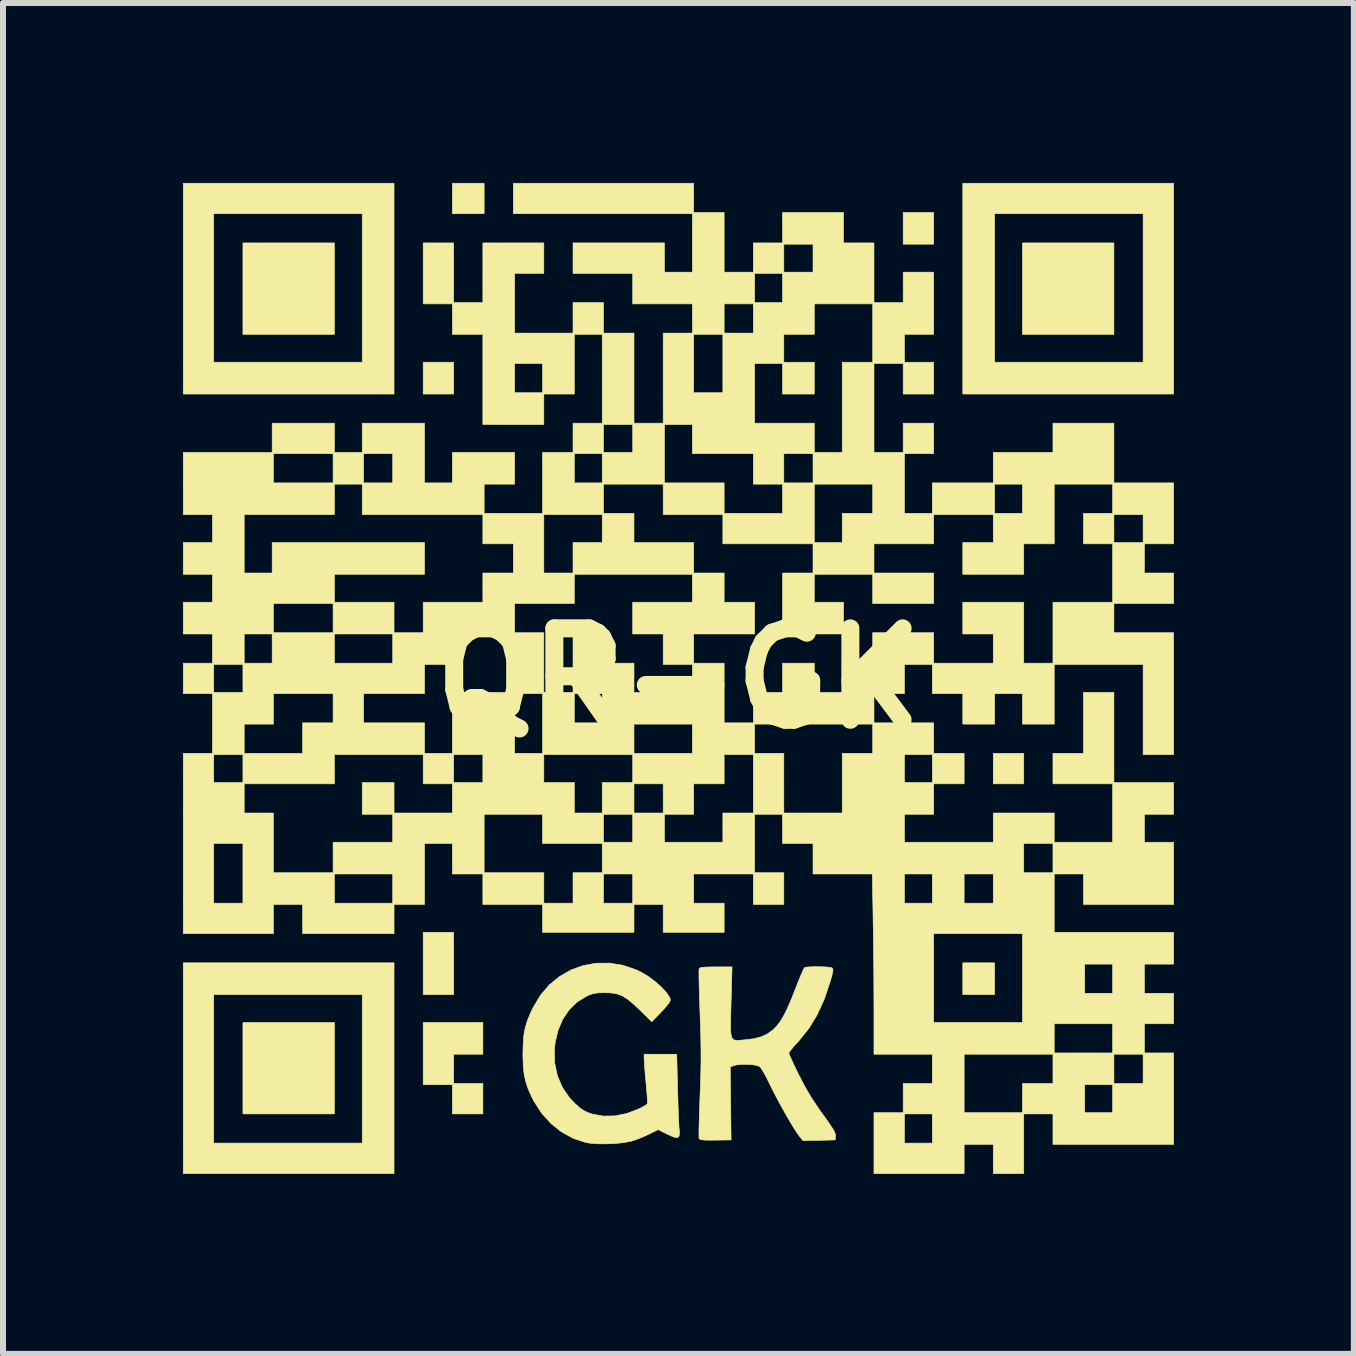
<source format=kicad_pcb>
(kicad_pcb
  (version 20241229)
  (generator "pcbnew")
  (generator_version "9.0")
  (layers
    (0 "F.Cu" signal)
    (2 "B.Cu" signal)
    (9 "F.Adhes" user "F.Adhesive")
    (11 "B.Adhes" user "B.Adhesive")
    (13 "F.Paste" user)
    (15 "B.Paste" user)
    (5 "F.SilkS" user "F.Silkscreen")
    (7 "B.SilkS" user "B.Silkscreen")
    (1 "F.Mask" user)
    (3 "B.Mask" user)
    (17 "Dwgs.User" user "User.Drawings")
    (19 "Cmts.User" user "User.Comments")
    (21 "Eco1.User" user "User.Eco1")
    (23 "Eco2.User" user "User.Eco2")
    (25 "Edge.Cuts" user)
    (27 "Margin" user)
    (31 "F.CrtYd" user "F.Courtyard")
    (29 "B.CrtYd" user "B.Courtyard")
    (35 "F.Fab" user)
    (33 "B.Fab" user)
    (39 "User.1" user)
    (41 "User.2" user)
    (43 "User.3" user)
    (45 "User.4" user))
  (footprint "QR-GK"
    (layer "F.Cu")
    (at 8.26 8.26)
    (property "Reference" "QR-GK" (at 0 0 0) (layer "F.SilkS") (effects (font (size 1.524 1.524) (thickness 0.3))))
    (attr through_hole)
    (fp_poly (pts (xy -5.736 -5.736) (xy -7.26 -5.736) (xy -7.26 -7.26) (xy -5.736 -7.26) (xy -5.736 -5.736)) (stroke (width 0.01) (type solid)) (fill yes) (layer "F.SilkS"))
    (fp_poly (pts (xy -5.736 7.26) (xy -7.26 7.26) (xy -7.26 5.736) (xy -5.736 5.736) (xy -5.736 7.26)) (stroke (width 0.01) (type solid)) (fill yes) (layer "F.SilkS"))
    (fp_poly (pts (xy -3.747 -4.741) (xy -4.255 -4.741) (xy -4.255 -5.271) (xy -3.747 -5.271) (xy -3.747 -4.741)) (stroke (width 0.01) (type solid)) (fill yes) (layer "F.SilkS"))
    (fp_poly (pts (xy -3.747 5.271) (xy -4.255 5.271) (xy -4.255 4.233) (xy -3.747 4.233) (xy -3.747 5.271)) (stroke (width 0.01) (type solid)) (fill yes) (layer "F.SilkS"))
    (fp_poly (pts (xy -3.239 -7.747) (xy -3.768 -7.747) (xy -3.768 -8.255) (xy -3.239 -8.255) (xy -3.239 -7.747)) (stroke (width 0.01) (type solid)) (fill yes) (layer "F.SilkS"))
    (fp_poly (pts (xy 4.255 -7.239) (xy 3.747 -7.239) (xy 3.747 -7.768) (xy 4.255 -7.768) (xy 4.255 -7.239)) (stroke (width 0.01) (type solid)) (fill yes) (layer "F.SilkS"))
    (fp_poly (pts (xy 5.271 5.271) (xy 4.741 5.271) (xy 4.741 4.741) (xy 5.271 4.741) (xy 5.271 5.271)) (stroke (width 0.01) (type solid)) (fill yes) (layer "F.SilkS"))
    (fp_poly (pts (xy 5.757 1.757) (xy 5.249 1.757) (xy 5.249 1.249) (xy 5.757 1.249) (xy 5.757 1.757)) (stroke (width 0.01) (type solid)) (fill yes) (layer "F.SilkS"))
    (fp_poly (pts (xy 7.26 -5.736) (xy 5.736 -5.736) (xy 5.736 -7.26) (xy 7.26 -7.26) (xy 7.26 -5.736)) (stroke (width 0.01) (type solid)) (fill yes) (layer "F.SilkS"))
    (fp_poly (pts (xy -3.26 6.265) (xy -3.747 6.265) (xy -3.747 6.752) (xy -3.26 6.752) (xy -3.26 7.26) (xy -3.768 7.26) (xy -3.768 6.773) (xy -4.255 6.773) (xy -4.255 5.736) (xy -3.26 5.736) (xy -3.26 6.265)) (stroke (width 0.01) (type solid)) (fill yes) (layer "F.SilkS"))
    (fp_poly (pts (xy -4.741 -4.741) (xy -8.255 -4.741) (xy -8.255 -7.747) (xy -7.747 -7.747) (xy -7.747 -5.271) (xy -5.271 -5.271) (xy -5.271 -7.747) (xy -7.747 -7.747) (xy -8.255 -7.747) (xy -8.255 -8.255) (xy -4.741 -8.255) (xy -4.741 -4.741)) (stroke (width 0.01) (type solid)) (fill yes) (layer "F.SilkS"))
    (fp_poly (pts (xy -4.741 8.255) (xy -8.255 8.255) (xy -8.255 5.271) (xy -7.747 5.271) (xy -7.747 7.747) (xy -5.271 7.747) (xy -5.271 5.271) (xy -7.747 5.271) (xy -8.255 5.271) (xy -8.255 4.741) (xy -4.741 4.741) (xy -4.741 8.255)) (stroke (width 0.01) (type solid)) (fill yes) (layer "F.SilkS"))
    (fp_poly (pts (xy 8.255 -4.741) (xy 4.741 -4.741) (xy 4.741 -7.747) (xy 5.271 -7.747) (xy 5.271 -5.271) (xy 7.747 -5.271) (xy 7.747 -7.747) (xy 5.271 -7.747) (xy 4.741 -7.747) (xy 4.741 -8.255) (xy 8.255 -8.255) (xy 8.255 -4.741)) (stroke (width 0.01) (type solid)) (fill yes) (layer "F.SilkS"))
    (fp_poly (pts (xy -0.926 4.782) (xy -0.704 4.858) (xy -0.609 4.904) (xy -0.497 4.972) (xy -0.384 5.057) (xy -0.281 5.149) (xy -0.2 5.238) (xy -0.168 5.283) (xy -0.14 5.332) (xy -0.135 5.364) (xy -0.15 5.398) (xy -0.16 5.413) (xy -0.192 5.454) (xy -0.244 5.515) (xy -0.306 5.581) (xy -0.32 5.596) (xy -0.444 5.723) (xy -0.642 5.529) (xy -0.755 5.423) (xy -0.849 5.346) (xy -0.934 5.293) (xy -1.018 5.261) (xy -1.111 5.244) (xy -1.22 5.239) (xy -1.228 5.239) (xy -1.328 5.241) (xy -1.403 5.251) (xy -1.469 5.27) (xy -1.527 5.295) (xy -1.684 5.391) (xy -1.818 5.52) (xy -1.926 5.678) (xy -2.005 5.861) (xy -2.054 6.064) (xy -2.068 6.191) (xy -2.062 6.416) (xy -2.017 6.627) (xy -1.934 6.82) (xy -1.814 6.994) (xy -1.722 7.09) (xy -1.643 7.16) (xy -1.576 7.206) (xy -1.504 7.24) (xy -1.436 7.263) (xy -1.255 7.296) (xy -1.06 7.293) (xy -0.86 7.253) (xy -0.66 7.177) (xy -0.62 7.157) (xy -0.564 7.126) (xy -0.527 7.1) (xy -0.52 7.092) (xy -0.517 7.065) (xy -0.519 7.004) (xy -0.525 6.916) (xy -0.534 6.809) (xy -0.539 6.75) (xy -0.551 6.631) (xy -0.56 6.52) (xy -0.567 6.428) (xy -0.571 6.363) (xy -0.572 6.347) (xy -0.572 6.265) (xy -0.028 6.265) (xy -0.014 6.842) (xy -0.009 7.001) (xy -0.005 7.151) (xy 0.00041 7.286) (xy 0.005 7.399) (xy 0.01 7.483) (xy 0.014 7.53) (xy 0.017 7.601) (xy 0.005 7.642) (xy -0.027 7.656) (xy -0.085 7.643) (xy -0.172 7.604) (xy -0.192 7.595) (xy -0.338 7.522) (xy -0.503 7.603) (xy -0.598 7.646) (xy -0.698 7.685) (xy -0.784 7.714) (xy -0.794 7.716) (xy -0.903 7.737) (xy -1.038 7.752) (xy -1.183 7.759) (xy -1.326 7.759) (xy -1.453 7.751) (xy -1.539 7.738) (xy -1.751 7.668) (xy -1.948 7.561) (xy -2.126 7.419) (xy -2.282 7.245) (xy -2.412 7.044) (xy -2.447 6.974) (xy -2.505 6.844) (xy -2.545 6.724) (xy -2.572 6.603) (xy -2.587 6.468) (xy -2.592 6.307) (xy -2.592 6.255) (xy -2.588 6.086) (xy -2.577 5.947) (xy -2.554 5.824) (xy -2.518 5.705) (xy -2.465 5.576) (xy -2.42 5.483) (xy -2.299 5.281) (xy -2.151 5.108) (xy -1.98 4.968) (xy -1.79 4.86) (xy -1.586 4.786) (xy -1.371 4.748) (xy -1.15 4.746) (xy -0.926 4.782)) (stroke (width 0.01) (type solid)) (fill yes) (layer "F.SilkS"))
    (fp_poly (pts (xy 2.372 4.807) (xy 2.456 4.81) (xy 2.522 4.816) (xy 2.559 4.824) (xy 2.56 4.825) (xy 2.573 4.839) (xy 2.576 4.866) (xy 2.569 4.912) (xy 2.55 4.986) (xy 2.531 5.051) (xy 2.433 5.344) (xy 2.315 5.604) (xy 2.176 5.833) (xy 2.013 6.036) (xy 1.985 6.066) (xy 1.924 6.133) (xy 1.876 6.192) (xy 1.847 6.234) (xy 1.841 6.247) (xy 1.851 6.275) (xy 1.876 6.334) (xy 1.914 6.418) (xy 1.962 6.519) (xy 2.009 6.615) (xy 2.119 6.824) (xy 2.232 7.014) (xy 2.361 7.205) (xy 2.401 7.26) (xy 2.485 7.376) (xy 2.545 7.464) (xy 2.585 7.528) (xy 2.609 7.576) (xy 2.619 7.611) (xy 2.62 7.631) (xy 2.614 7.694) (xy 2.078 7.706) (xy 2.016 7.631) (xy 1.973 7.571) (xy 1.916 7.481) (xy 1.848 7.368) (xy 1.774 7.24) (xy 1.698 7.103) (xy 1.625 6.966) (xy 1.558 6.836) (xy 1.515 6.748) (xy 1.467 6.651) (xy 1.421 6.567) (xy 1.381 6.504) (xy 1.353 6.469) (xy 1.351 6.468) (xy 1.303 6.451) (xy 1.226 6.439) (xy 1.135 6.434) (xy 1.042 6.436) (xy 0.962 6.445) (xy 0.92 6.456) (xy 0.864 6.477) (xy 0.878 7.694) (xy 0.618 7.697) (xy 0.505 7.698) (xy 0.428 7.696) (xy 0.379 7.69) (xy 0.354 7.68) (xy 0.345 7.669) (xy 0.343 7.641) (xy 0.342 7.576) (xy 0.344 7.479) (xy 0.347 7.356) (xy 0.351 7.212) (xy 0.357 7.052) (xy 0.36 6.962) (xy 0.369 6.736) (xy 0.374 6.536) (xy 0.377 6.351) (xy 0.376 6.17) (xy 0.373 5.98) (xy 0.367 5.768) (xy 0.36 5.579) (xy 0.354 5.409) (xy 0.349 5.252) (xy 0.345 5.113) (xy 0.343 4.997) (xy 0.342 4.909) (xy 0.343 4.855) (xy 0.345 4.841) (xy 0.358 4.827) (xy 0.388 4.818) (xy 0.444 4.813) (xy 0.53 4.81) (xy 0.625 4.809) (xy 0.894 4.809) (xy 0.878 5.395) (xy 0.873 5.578) (xy 0.87 5.723) (xy 0.87 5.835) (xy 0.874 5.916) (xy 0.885 5.973) (xy 0.903 6.009) (xy 0.93 6.028) (xy 0.968 6.034) (xy 1.018 6.033) (xy 1.081 6.027) (xy 1.096 6.026) (xy 1.253 6.007) (xy 1.379 5.975) (xy 1.483 5.927) (xy 1.575 5.86) (xy 1.582 5.853) (xy 1.643 5.791) (xy 1.7 5.716) (xy 1.757 5.621) (xy 1.816 5.503) (xy 1.88 5.354) (xy 1.953 5.171) (xy 1.96 5.153) (xy 2.002 5.044) (xy 2.041 4.95) (xy 2.073 4.877) (xy 2.096 4.832) (xy 2.104 4.821) (xy 2.137 4.813) (xy 2.201 4.808) (xy 2.283 4.806) (xy 2.372 4.807)) (stroke (width 0.01) (type solid)) (fill yes) (layer "F.SilkS"))
    (fp_poly (pts (xy 0.254 -7.768) (xy 0.762 -7.768) (xy 0.762 -6.773) (xy 1.249 -6.773) (xy 1.249 -7.239) (xy 1.757 -7.239) (xy 1.757 -6.773) (xy 2.244 -6.773) (xy 2.244 -7.239) (xy 1.757 -7.239) (xy 1.249 -7.239) (xy 1.249 -7.26) (xy 1.736 -7.26) (xy 1.736 -7.768) (xy 2.752 -7.768) (xy 2.752 -7.26) (xy 3.26 -7.26) (xy 3.26 -6.265) (xy 3.747 -6.265) (xy 3.747 -6.773) (xy 4.255 -6.773) (xy 4.255 -5.736) (xy 3.768 -5.736) (xy 3.768 -5.271) (xy 4.255 -5.271) (xy 4.255 -4.741) (xy 3.747 -4.741) (xy 3.747 -5.249) (xy 3.26 -5.249) (xy 3.26 -3.768) (xy 3.747 -3.768) (xy 3.747 -4.255) (xy 4.255 -4.255) (xy 4.255 -3.747) (xy 3.768 -3.747) (xy 3.768 -2.752) (xy 4.233 -2.752) (xy 4.233 -3.239) (xy 5.271 -3.239) (xy 5.271 -2.752) (xy 5.736 -2.752) (xy 5.736 -3.239) (xy 5.271 -3.239) (xy 4.233 -3.239) (xy 4.233 -3.26) (xy 5.249 -3.26) (xy 5.249 -3.768) (xy 6.244 -3.768) (xy 6.244 -4.255) (xy 7.26 -4.255) (xy 7.26 -3.26) (xy 8.255 -3.26) (xy 8.255 -2.244) (xy 7.768 -2.244) (xy 7.768 -1.757) (xy 8.255 -1.757) (xy 8.255 -1.249) (xy 7.26 -1.249) (xy 7.26 -0.762) (xy 8.255 -0.762) (xy 8.255 1.27) (xy 7.747 1.27) (xy 7.747 -0.233) (xy 6.265 -0.233) (xy 6.265 0.762) (xy 5.736 0.762) (xy 5.736 0.254) (xy 5.271 0.254) (xy 5.271 0.762) (xy 4.741 0.762) (xy 4.741 0.254) (xy 4.233 0.254) (xy 4.233 -0.233) (xy 3.768 -0.233) (xy 3.768 0.254) (xy 3.26 0.254) (xy 3.26 0.741) (xy 4.255 0.741) (xy 4.255 1.249) (xy 4.763 1.249) (xy 4.763 1.757) (xy 4.255 1.757) (xy 4.255 2.265) (xy 3.768 2.265) (xy 3.768 2.731) (xy 5.249 2.731) (xy 5.249 2.244) (xy 6.265 2.244) (xy 6.265 2.731) (xy 7.239 2.731) (xy 7.239 1.757) (xy 6.244 1.757) (xy 6.244 1.249) (xy 6.752 1.249) (xy 6.752 0.233) (xy 7.26 0.233) (xy 7.26 1.736) (xy 8.255 1.736) (xy 8.255 2.265) (xy 7.768 2.265) (xy 7.768 2.731) (xy 8.255 2.731) (xy 8.255 3.768) (xy 6.752 3.768) (xy 6.752 3.26) (xy 6.265 3.26) (xy 6.265 4.233) (xy 8.255 4.233) (xy 8.255 4.763) (xy 7.768 4.763) (xy 7.768 5.249) (xy 8.255 5.249) (xy 8.255 5.757) (xy 7.768 5.757) (xy 7.768 6.244) (xy 8.255 6.244) (xy 8.255 7.768) (xy 6.244 7.768) (xy 6.244 7.26) (xy 5.757 7.26) (xy 5.757 8.255) (xy 5.249 8.255) (xy 5.249 7.768) (xy 4.763 7.768) (xy 4.763 8.255) (xy 3.26 8.255) (xy 3.26 7.26) (xy 3.768 7.26) (xy 3.768 7.747) (xy 4.233 7.747) (xy 4.233 7.26) (xy 3.768 7.26) (xy 3.26 7.26) (xy 3.26 7.239) (xy 3.747 7.239) (xy 3.747 6.752) (xy 4.233 6.752) (xy 4.233 6.265) (xy 4.763 6.265) (xy 4.763 7.239) (xy 5.736 7.239) (xy 5.736 6.773) (xy 6.773 6.773) (xy 6.773 7.239) (xy 7.239 7.239) (xy 7.239 6.773) (xy 6.773 6.773) (xy 5.736 6.773) (xy 5.736 6.752) (xy 6.244 6.752) (xy 6.244 6.265) (xy 7.26 6.265) (xy 7.26 6.752) (xy 7.747 6.752) (xy 7.747 6.265) (xy 7.26 6.265) (xy 6.244 6.265) (xy 4.763 6.265) (xy 4.233 6.265) (xy 3.26 6.265) (xy 3.26 5.757) (xy 6.265 5.757) (xy 6.265 6.244) (xy 7.239 6.244) (xy 7.239 5.757) (xy 6.265 5.757) (xy 3.26 5.757) (xy 3.26 5.496) (xy 3.259 5.275) (xy 3.258 5.027) (xy 3.256 4.766) (xy 3.253 4.505) (xy 3.25 4.258) (xy 3.25 4.255) (xy 4.255 4.255) (xy 4.255 5.736) (xy 5.736 5.736) (xy 5.736 4.763) (xy 6.773 4.763) (xy 6.773 5.249) (xy 7.239 5.249) (xy 7.239 4.763) (xy 6.773 4.763) (xy 5.736 4.763) (xy 5.736 4.255) (xy 4.255 4.255) (xy 3.25 4.255) (xy 3.246 4.037) (xy 3.246 3.993) (xy 3.232 3.26) (xy 3.768 3.26) (xy 3.768 3.747) (xy 4.233 3.747) (xy 4.233 3.26) (xy 4.763 3.26) (xy 4.763 3.747) (xy 5.249 3.747) (xy 5.249 3.26) (xy 4.763 3.26) (xy 4.233 3.26) (xy 3.768 3.26) (xy 3.232 3.26) (xy 2.244 3.26) (xy 2.244 2.752) (xy 5.757 2.752) (xy 5.757 3.239) (xy 6.244 3.239) (xy 6.244 2.752) (xy 5.757 2.752) (xy 2.244 2.752) (xy 1.736 2.752) (xy 1.736 2.265) (xy 1.27 2.265) (xy 1.27 3.239) (xy 1.757 3.239) (xy 1.757 3.768) (xy 1.249 3.768) (xy 1.249 3.26) (xy 0.254 3.26) (xy 0.254 3.747) (xy 0.762 3.747) (xy 0.762 4.233) (xy -0.254 4.233) (xy -0.254 3.768) (xy -0.741 3.768) (xy -0.741 4.233) (xy -2.265 4.233) (xy -2.265 3.768) (xy -3.26 3.768) (xy -3.26 3.26) (xy -3.768 3.26) (xy -3.768 2.752) (xy -4.233 2.752) (xy -4.233 3.768) (xy -4.741 3.768) (xy -4.741 4.255) (xy -6.265 4.255) (xy -6.265 3.768) (xy -6.752 3.768) (xy -6.752 4.255) (xy -8.255 4.255) (xy -8.255 2.752) (xy -7.747 2.752) (xy -7.747 3.747) (xy -7.26 3.747) (xy -7.26 3.26) (xy -5.736 3.26) (xy -5.736 3.747) (xy -4.763 3.747) (xy -4.763 3.26) (xy -5.736 3.26) (xy -7.26 3.26) (xy -7.26 2.752) (xy -7.747 2.752) (xy -8.255 2.752) (xy -8.255 1.757) (xy -7.239 1.757) (xy -7.239 2.244) (xy -6.752 2.244) (xy -6.752 3.239) (xy -5.757 3.239) (xy -5.757 2.731) (xy -4.763 2.731) (xy -4.763 2.265) (xy -3.239 2.265) (xy -3.239 3.239) (xy -2.244 3.239) (xy -2.244 3.747) (xy -1.757 3.747) (xy -1.757 3.26) (xy -1.249 3.26) (xy -1.249 3.747) (xy -0.762 3.747) (xy -0.762 3.26) (xy -1.249 3.26) (xy -1.757 3.26) (xy -1.757 3.239) (xy -1.27 3.239) (xy -1.27 2.752) (xy -2.265 2.752) (xy -2.265 2.265) (xy -1.249 2.265) (xy -1.249 2.731) (xy -0.762 2.731) (xy -0.762 2.265) (xy -0.233 2.265) (xy -0.233 2.731) (xy 0.741 2.731) (xy 0.741 2.244) (xy 1.249 2.244) (xy 1.249 1.27) (xy 0.762 1.27) (xy 0.762 1.757) (xy 0.254 1.757) (xy 0.254 2.265) (xy -0.233 2.265) (xy -0.762 2.265) (xy -1.249 2.265) (xy -2.265 2.265) (xy -3.239 2.265) (xy -4.763 2.265) (xy -5.271 2.265) (xy -5.271 1.736) (xy -4.741 1.736) (xy -4.741 2.244) (xy -3.768 2.244) (xy -3.768 1.757) (xy -4.255 1.757) (xy -4.255 1.27) (xy -3.747 1.27) (xy -3.747 1.736) (xy -3.26 1.736) (xy -3.26 1.27) (xy -2.244 1.27) (xy -2.244 1.736) (xy -1.736 1.736) (xy -1.736 2.244) (xy -1.27 2.244) (xy -1.27 1.757) (xy -0.741 1.757) (xy -0.741 2.244) (xy -0.254 2.244) (xy -0.254 1.757) (xy -0.741 1.757) (xy -1.27 1.757) (xy -1.27 1.736) (xy -0.762 1.736) (xy -0.762 1.27) (xy -2.244 1.27) (xy -3.26 1.27) (xy -3.747 1.27) (xy -4.255 1.27) (xy -5.736 1.27) (xy -5.736 1.757) (xy -7.239 1.757) (xy -8.255 1.757) (xy -8.255 1.27) (xy -7.747 1.27) (xy -7.747 1.736) (xy -7.26 1.736) (xy -7.26 1.27) (xy -7.747 1.27) (xy -8.255 1.27) (xy -8.255 1.249) (xy -7.768 1.249) (xy -7.768 0.762) (xy -7.239 0.762) (xy -7.239 1.249) (xy -6.265 1.249) (xy -6.265 0.741) (xy -5.757 0.741) (xy -5.757 0.254) (xy -5.249 0.254) (xy -5.249 0.741) (xy -4.233 0.741) (xy -4.233 1.249) (xy -3.768 1.249) (xy -3.768 0.254) (xy -2.731 0.254) (xy -2.731 1.249) (xy -2.265 1.249) (xy -2.265 0.762) (xy -0.741 0.762) (xy -0.741 1.249) (xy 0.233 1.249) (xy 0.233 0.762) (xy 1.27 0.762) (xy 1.27 1.249) (xy 1.757 1.249) (xy 1.757 2.244) (xy 2.731 2.244) (xy 2.731 1.27) (xy 3.768 1.27) (xy 3.768 1.736) (xy 4.233 1.736) (xy 4.233 1.27) (xy 3.768 1.27) (xy 2.731 1.27) (xy 2.731 1.249) (xy 3.239 1.249) (xy 3.239 0.762) (xy 1.27 0.762) (xy 0.233 0.762) (xy -0.741 0.762) (xy -2.265 0.762) (xy -2.265 0.254) (xy -1.736 0.254) (xy -1.736 0.741) (xy -1.27 0.741) (xy -1.27 0.254) (xy -1.736 0.254) (xy -2.265 0.254) (xy -2.731 0.254) (xy -3.768 0.254) (xy -3.768 0.233) (xy -2.752 0.233) (xy -2.752 -0.741) (xy -3.747 -0.741) (xy -3.747 -0.233) (xy -4.233 -0.233) (xy -4.233 0.254) (xy -5.249 0.254) (xy -5.757 0.254) (xy -6.752 0.254) (xy -6.752 0.762) (xy -7.239 0.762) (xy -7.768 0.762) (xy -7.768 0.254) (xy -8.255 0.254) (xy -8.255 -0.233) (xy -7.747 -0.233) (xy -7.747 0.233) (xy -7.26 0.233) (xy -7.26 -0.233) (xy -7.747 -0.233) (xy -8.255 -0.233) (xy -8.255 -0.254) (xy -7.768 -0.254) (xy -7.768 -0.741) (xy -7.239 -0.741) (xy -7.239 -0.254) (xy -6.773 -0.254) (xy -6.773 -0.741) (xy -5.736 -0.741) (xy -5.736 -0.254) (xy -4.763 -0.254) (xy -4.763 -0.741) (xy -5.736 -0.741) (xy -6.773 -0.741) (xy -7.239 -0.741) (xy -7.768 -0.741) (xy -8.255 -0.741) (xy -8.255 -1.249) (xy -6.752 -1.249) (xy -6.752 -0.762) (xy -5.757 -0.762) (xy -5.757 -1.249) (xy -6.752 -1.249) (xy -8.255 -1.249) (xy -8.255 -1.27) (xy -7.768 -1.27) (xy -7.768 -1.736) (xy -8.255 -1.736) (xy -8.255 -2.265) (xy -7.768 -2.265) (xy -7.768 -2.731) (xy -7.239 -2.731) (xy -7.239 -1.757) (xy -6.773 -1.757) (xy -6.773 -2.265) (xy -4.233 -2.265) (xy -4.233 -1.736) (xy -5.736 -1.736) (xy -5.736 -1.27) (xy -4.741 -1.27) (xy -4.741 -0.762) (xy -4.255 -0.762) (xy -4.255 -1.249) (xy -2.731 -1.249) (xy -2.731 -0.762) (xy -2.244 -0.762) (xy -2.244 0.233) (xy -1.757 0.233) (xy -1.757 -0.762) (xy -1.249 -0.762) (xy -1.249 -0.254) (xy -0.741 -0.254) (xy -0.741 0.233) (xy 0.233 0.233) (xy 0.233 -0.233) (xy -0.254 -0.233) (xy -0.254 -0.741) (xy -0.762 -0.741) (xy -0.762 -1.27) (xy 0.233 -1.27) (xy 0.233 -1.736) (xy -1.736 -1.736) (xy -1.736 -1.249) (xy -2.731 -1.249) (xy -4.255 -1.249) (xy -4.255 -1.27) (xy -3.26 -1.27) (xy -3.26 -1.757) (xy -2.752 -1.757) (xy -2.752 -2.244) (xy -3.26 -2.244) (xy -3.26 -2.731) (xy -2.244 -2.731) (xy -2.244 -1.757) (xy -1.757 -1.757) (xy -1.757 -2.265) (xy -1.27 -2.265) (xy -1.27 -2.731) (xy -2.244 -2.731) (xy -3.26 -2.731) (xy -5.271 -2.731) (xy -5.271 -3.239) (xy -5.736 -3.239) (xy -5.736 -2.731) (xy -7.239 -2.731) (xy -7.768 -2.731) (xy -8.255 -2.731) (xy -8.255 -3.747) (xy -6.752 -3.747) (xy -6.752 -3.26) (xy -5.757 -3.26) (xy -5.757 -3.747) (xy -5.249 -3.747) (xy -5.249 -3.26) (xy -4.763 -3.26) (xy -4.763 -3.747) (xy -5.249 -3.747) (xy -5.757 -3.747) (xy -6.752 -3.747) (xy -8.255 -3.747) (xy -8.255 -3.768) (xy -6.773 -3.768) (xy -6.773 -4.255) (xy -5.736 -4.255) (xy -5.736 -3.768) (xy -5.271 -3.768) (xy -5.271 -4.255) (xy -4.233 -4.255) (xy -4.233 -3.26) (xy -3.768 -3.26) (xy -3.768 -3.768) (xy -2.731 -3.768) (xy -2.731 -3.239) (xy -3.239 -3.239) (xy -3.239 -2.752) (xy -2.265 -2.752) (xy -2.265 -3.239) (xy -1.249 -3.239) (xy -1.249 -2.752) (xy -0.741 -2.752) (xy -0.741 -2.265) (xy 0.254 -2.265) (xy 0.254 -1.757) (xy 0.762 -1.757) (xy 0.762 -1.27) (xy 1.27 -1.27) (xy 1.27 -0.741) (xy 0.254 -0.741) (xy 0.254 -0.254) (xy 0.762 -0.254) (xy 0.762 0.741) (xy 1.249 0.741) (xy 1.249 0.233) (xy 1.736 0.233) (xy 1.736 -0.254) (xy 2.265 -0.254) (xy 2.265 0.233) (xy 2.731 0.233) (xy 2.731 -0.254) (xy 3.239 -0.254) (xy 3.239 -0.762) (xy 4.255 -0.762) (xy 4.255 -0.254) (xy 5.249 -0.254) (xy 5.249 -0.741) (xy 4.741 -0.741) (xy 4.741 -1.27) (xy 5.757 -1.27) (xy 5.757 -0.254) (xy 6.244 -0.254) (xy 6.244 -1.27) (xy 7.239 -1.27) (xy 7.239 -2.244) (xy 6.752 -2.244) (xy 6.752 -2.731) (xy 7.26 -2.731) (xy 7.26 -2.265) (xy 7.747 -2.265) (xy 7.747 -2.731) (xy 7.26 -2.731) (xy 6.752 -2.731) (xy 6.752 -2.752) (xy 7.239 -2.752) (xy 7.239 -3.239) (xy 6.265 -3.239) (xy 6.265 -2.244) (xy 5.757 -2.244) (xy 5.757 -1.736) (xy 4.741 -1.736) (xy 4.741 -2.265) (xy 5.249 -2.265) (xy 5.249 -2.731) (xy 4.255 -2.731) (xy 4.255 -2.244) (xy 3.26 -2.244) (xy 3.26 -1.757) (xy 4.255 -1.757) (xy 4.255 -1.249) (xy 3.239 -1.249) (xy 3.239 -1.736) (xy 2.265 -1.736) (xy 2.265 -1.27) (xy 2.752 -1.27) (xy 2.752 -0.741) (xy 1.736 -0.741) (xy 1.736 -1.757) (xy 2.244 -1.757) (xy 2.244 -2.244) (xy 0.741 -2.244) (xy 0.741 -2.731) (xy -0.254 -2.731) (xy -0.254 -3.239) (xy -1.249 -3.239) (xy -2.265 -3.239) (xy -2.265 -3.747) (xy -1.736 -3.747) (xy -1.736 -3.26) (xy -1.27 -3.26) (xy -1.27 -3.747) (xy -1.736 -3.747) (xy -2.265 -3.747) (xy -2.265 -3.768) (xy -1.757 -3.768) (xy -1.757 -4.233) (xy -1.249 -4.233) (xy -1.249 -3.768) (xy -0.762 -3.768) (xy -0.762 -4.233) (xy -0.233 -4.233) (xy -0.233 -3.26) (xy 0.762 -3.26) (xy 0.762 -2.752) (xy 1.736 -2.752) (xy 1.736 -3.239) (xy 2.265 -3.239) (xy 2.265 -2.265) (xy 2.731 -2.265) (xy 2.731 -2.752) (xy 3.239 -2.752) (xy 3.239 -3.239) (xy 2.265 -3.239) (xy 1.736 -3.239) (xy 1.249 -3.239) (xy 1.249 -3.747) (xy 1.757 -3.747) (xy 1.757 -3.26) (xy 2.244 -3.26) (xy 2.244 -3.747) (xy 1.757 -3.747) (xy 1.249 -3.747) (xy 0.233 -3.747) (xy 0.233 -4.233) (xy -0.233 -4.233) (xy -0.762 -4.233) (xy -1.249 -4.233) (xy -1.757 -4.233) (xy -1.757 -4.255) (xy -1.27 -4.255) (xy -1.27 -5.736) (xy -1.736 -5.736) (xy -1.736 -4.741) (xy -2.244 -4.741) (xy -2.244 -4.233) (xy -3.26 -4.233) (xy -3.26 -5.249) (xy -2.731 -5.249) (xy -2.731 -4.763) (xy -2.265 -4.763) (xy -2.265 -5.249) (xy -2.731 -5.249) (xy -3.26 -5.249) (xy -3.26 -5.736) (xy -3.768 -5.736) (xy -3.768 -6.244) (xy -4.255 -6.244) (xy -4.255 -7.26) (xy -3.747 -7.26) (xy -3.747 -6.265) (xy -3.26 -6.265) (xy -3.26 -7.26) (xy -2.244 -7.26) (xy -2.244 -6.752) (xy -2.731 -6.752) (xy -2.731 -5.757) (xy -1.757 -5.757) (xy -1.757 -6.265) (xy -1.249 -6.265) (xy -1.249 -5.757) (xy -0.741 -5.757) (xy -0.741 -4.255) (xy -0.254 -4.255) (xy -0.254 -5.736) (xy 0.254 -5.736) (xy 0.254 -4.763) (xy 0.741 -4.763) (xy 0.741 -5.249) (xy 1.27 -5.249) (xy 1.27 -4.255) (xy 2.265 -4.255) (xy 2.265 -3.768) (xy 2.731 -3.768) (xy 2.731 -5.271) (xy 3.239 -5.271) (xy 3.239 -6.244) (xy 2.265 -6.244) (xy 2.265 -5.736) (xy 1.757 -5.736) (xy 1.757 -5.271) (xy 2.265 -5.271) (xy 2.265 -4.741) (xy 1.736 -4.741) (xy 1.736 -5.249) (xy 1.27 -5.249) (xy 0.741 -5.249) (xy 0.741 -5.736) (xy 0.254 -5.736) (xy -0.254 -5.736) (xy -0.254 -5.757) (xy 0.233 -5.757) (xy 0.233 -6.244) (xy 0.762 -6.244) (xy 0.762 -5.757) (xy 1.249 -5.757) (xy 1.249 -6.244) (xy 0.762 -6.244) (xy 0.233 -6.244) (xy -0.762 -6.244) (xy -0.762 -6.752) (xy 1.27 -6.752) (xy 1.27 -6.265) (xy 1.736 -6.265) (xy 1.736 -6.752) (xy 1.27 -6.752) (xy -0.762 -6.752) (xy -1.757 -6.752) (xy -1.757 -7.26) (xy -0.233 -7.26) (xy -0.233 -6.773) (xy 0.233 -6.773) (xy 0.233 -7.747) (xy -2.752 -7.747) (xy -2.752 -8.255) (xy 0.254 -8.255) (xy 0.254 -7.768)) (stroke (width 0.01) (type solid)) (fill yes) (layer "F.SilkS")))
  (gr_rect
    (start -3 -3)
    (end 19.52 19.52)
    (stroke (width 0.1) (type default))
    (fill no)
    (layer "Edge.Cuts")))
</source>
